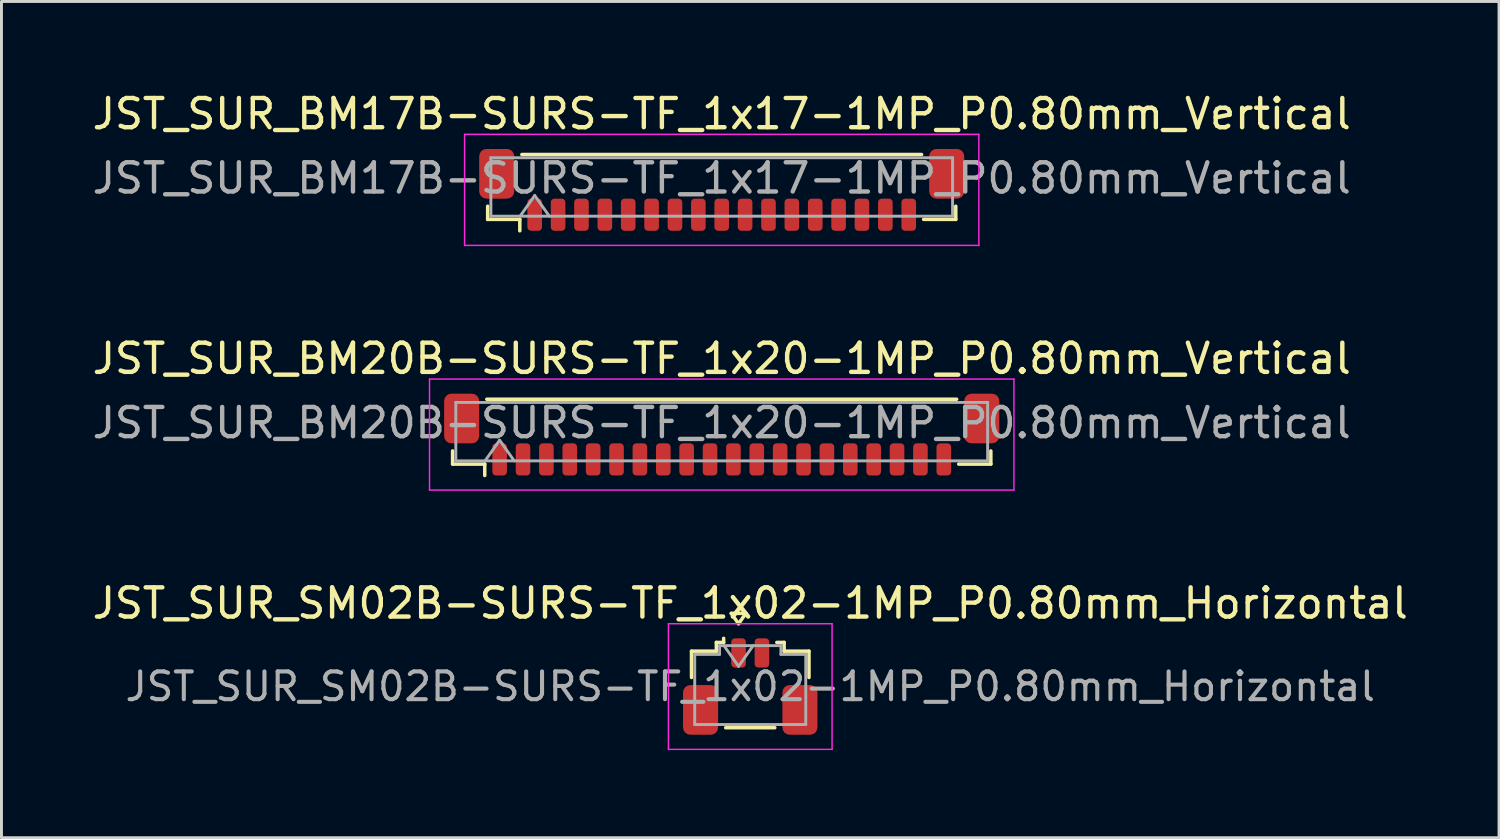
<source format=kicad_pcb>
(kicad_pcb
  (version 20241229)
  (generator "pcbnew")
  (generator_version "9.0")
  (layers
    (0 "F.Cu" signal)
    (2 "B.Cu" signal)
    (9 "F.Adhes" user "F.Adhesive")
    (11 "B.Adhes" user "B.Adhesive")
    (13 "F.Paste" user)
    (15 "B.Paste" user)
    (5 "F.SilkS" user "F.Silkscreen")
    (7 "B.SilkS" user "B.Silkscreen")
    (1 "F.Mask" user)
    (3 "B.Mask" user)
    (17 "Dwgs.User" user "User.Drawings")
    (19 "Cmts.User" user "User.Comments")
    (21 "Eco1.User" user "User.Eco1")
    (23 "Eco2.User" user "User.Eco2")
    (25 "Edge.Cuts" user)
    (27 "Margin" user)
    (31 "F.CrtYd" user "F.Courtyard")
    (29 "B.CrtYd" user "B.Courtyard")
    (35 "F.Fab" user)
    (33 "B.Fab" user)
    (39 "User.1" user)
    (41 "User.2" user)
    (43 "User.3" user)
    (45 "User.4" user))
  (footprint "JST_SUR_SM02B-SURS-TF_1x02-1MP_P0.80mm_Horizontal"
    (layer "F.Cu")
    (at 22.625 20.445)
    (property "Reference" "JST_SUR_SM02B-SURS-TF_1x02-1MP_P0.80mm_Horizontal" (at 0 -2.85 0) (layer "F.SilkS") (effects (font (size 1 1) (thickness 0.15))))
    (attr smd)
    (fp_line (start -2.01 -1.21) (end -1.16 -1.21) (stroke (width 0.12) (type solid)) (layer "F.SilkS"))
    (fp_line (start -2.01 -0.31) (end -2.01 -1.21) (stroke (width 0.12) (type solid)) (layer "F.SilkS"))
    (fp_line (start -1.16 -1.51) (end -0.91 -1.51) (stroke (width 0.12) (type solid)) (layer "F.SilkS"))
    (fp_line (start -1.16 -1.21) (end -1.16 -1.51) (stroke (width 0.12) (type solid)) (layer "F.SilkS"))
    (fp_line (start -0.91 -1.51) (end -0.91 -1.65) (stroke (width 0.12) (type solid)) (layer "F.SilkS"))
    (fp_line (start -0.84 1.41) (end 0.84 1.41) (stroke (width 0.12) (type solid)) (layer "F.SilkS"))
    (fp_line (start -0.65 -2.504) (end -0.4 -2.15) (stroke (width 0.12) (type solid)) (layer "F.SilkS"))
    (fp_line (start -0.4 -2.15) (end -0.15 -2.504) (stroke (width 0.12) (type solid)) (layer "F.SilkS"))
    (fp_line (start -0.15 -2.504) (end -0.65 -2.504) (stroke (width 0.12) (type solid)) (layer "F.SilkS"))
    (fp_line (start 1.16 -1.51) (end 0.91 -1.51) (stroke (width 0.12) (type solid)) (layer "F.SilkS"))
    (fp_line (start 1.16 -1.21) (end 1.16 -1.51) (stroke (width 0.12) (type solid)) (layer "F.SilkS"))
    (fp_line (start 2.01 -1.21) (end 1.16 -1.21) (stroke (width 0.12) (type solid)) (layer "F.SilkS"))
    (fp_line (start 2.01 -0.31) (end 2.01 -1.21) (stroke (width 0.12) (type solid)) (layer "F.SilkS"))
    (fp_line (start -2.8 -2.15) (end -2.8 2.15) (stroke (width 0.05) (type solid)) (layer "F.CrtYd"))
    (fp_line (start -2.8 2.15) (end 2.8 2.15) (stroke (width 0.05) (type solid)) (layer "F.CrtYd"))
    (fp_line (start 2.8 -2.15) (end -2.8 -2.15) (stroke (width 0.05) (type solid)) (layer "F.CrtYd"))
    (fp_line (start 2.8 2.15) (end 2.8 -2.15) (stroke (width 0.05) (type solid)) (layer "F.CrtYd"))
    (fp_line (start -1.9 -1.1) (end -1.9 1.3) (stroke (width 0.1) (type solid)) (layer "F.Fab"))
    (fp_line (start -1.9 -1.1) (end -1.05 -1.1) (stroke (width 0.1) (type solid)) (layer "F.Fab"))
    (fp_line (start -1.9 1.3) (end 1.9 1.3) (stroke (width 0.1) (type solid)) (layer "F.Fab"))
    (fp_line (start -1.05 -1.4) (end 1.05 -1.4) (stroke (width 0.1) (type solid)) (layer "F.Fab"))
    (fp_line (start -1.05 -1.1) (end -1.05 -1.4) (stroke (width 0.1) (type solid)) (layer "F.Fab"))
    (fp_line (start -0.9 -1.4) (end -0.4 -0.693) (stroke (width 0.1) (type solid)) (layer "F.Fab"))
    (fp_line (start -0.4 -0.693) (end 0.1 -1.4) (stroke (width 0.1) (type solid)) (layer "F.Fab"))
    (fp_line (start 1.05 -1.4) (end 1.05 -1.1) (stroke (width 0.1) (type solid)) (layer "F.Fab"))
    (fp_line (start 1.05 -1.1) (end 1.9 -1.1) (stroke (width 0.1) (type solid)) (layer "F.Fab"))
    (fp_line (start 1.9 -1.1) (end 1.9 1.3) (stroke (width 0.1) (type solid)) (layer "F.Fab"))
    (fp_text user "${REFERENCE}" (at 0 0 0) (layer "F.Fab") (effects (font (size 0.95 0.95) (thickness 0.14))))
    (pad "1" smd roundrect (at -0.4 -1.15) (size 0.5 1) (layers "F.Cu" "F.Mask" "F.Paste") (roundrect_rratio 0.25))
    (pad "2" smd roundrect (at 0.4 -1.15) (size 0.5 1) (layers "F.Cu" "F.Mask" "F.Paste") (roundrect_rratio 0.25))
    (pad "MP" smd roundrect (at -1.7 0.8) (size 1.2 1.7) (layers "F.Cu" "F.Mask" "F.Paste") (roundrect_rratio 0.208))
    (pad "MP" smd roundrect (at 1.7 0.8) (size 1.2 1.7) (layers "F.Cu" "F.Mask" "F.Paste") (roundrect_rratio 0.208)))
  (footprint "JST_SUR_BM17B-SURS-TF_1x17-1MP_P0.80mm_Vertical"
    (layer "F.Cu")
    (at 21.649 3.448)
    (property "Reference" "JST_SUR_BM17B-SURS-TF_1x17-1MP_P0.80mm_Vertical" (at 0 -2.6 0) (layer "F.SilkS") (effects (font (size 1 1) (thickness 0.15))))
    (attr smd)
    (fp_line (start -8.01 0.56) (end -8.01 1.01) (stroke (width 0.12) (type solid)) (layer "F.SilkS"))
    (fp_line (start -8.01 1.01) (end -6.91 1.01) (stroke (width 0.12) (type solid)) (layer "F.SilkS"))
    (fp_line (start -6.91 1.01) (end -6.91 1.4) (stroke (width 0.12) (type solid)) (layer "F.SilkS"))
    (fp_line (start -6.84 -1.21) (end 6.84 -1.21) (stroke (width 0.12) (type solid)) (layer "F.SilkS"))
    (fp_line (start 8.01 0.56) (end 8.01 1.01) (stroke (width 0.12) (type solid)) (layer "F.SilkS"))
    (fp_line (start 8.01 1.01) (end 6.91 1.01) (stroke (width 0.12) (type solid)) (layer "F.SilkS"))
    (fp_line (start -8.8 -1.9) (end -8.8 1.9) (stroke (width 0.05) (type solid)) (layer "F.CrtYd"))
    (fp_line (start -8.8 1.9) (end 8.8 1.9) (stroke (width 0.05) (type solid)) (layer "F.CrtYd"))
    (fp_line (start 8.8 -1.9) (end -8.8 -1.9) (stroke (width 0.05) (type solid)) (layer "F.CrtYd"))
    (fp_line (start 8.8 1.9) (end 8.8 -1.9) (stroke (width 0.05) (type solid)) (layer "F.CrtYd"))
    (fp_line (start -7.9 -1.1) (end 7.9 -1.1) (stroke (width 0.1) (type solid)) (layer "F.Fab"))
    (fp_line (start -7.9 0.9) (end -7.9 -1.1) (stroke (width 0.1) (type solid)) (layer "F.Fab"))
    (fp_line (start -7.9 0.9) (end 7.9 0.9) (stroke (width 0.1) (type solid)) (layer "F.Fab"))
    (fp_line (start -6.9 0.9) (end -6.4 0.193) (stroke (width 0.1) (type solid)) (layer "F.Fab"))
    (fp_line (start -6.4 0.193) (end -5.9 0.9) (stroke (width 0.1) (type solid)) (layer "F.Fab"))
    (fp_line (start 7.9 0.9) (end 7.9 -1.1) (stroke (width 0.1) (type solid)) (layer "F.Fab"))
    (fp_text user "${REFERENCE}" (at 0 -0.4 0) (layer "F.Fab") (effects (font (size 1 1) (thickness 0.15))))
    (pad "1" smd roundrect (at -6.4 0.85) (size 0.5 1.1) (layers "F.Cu" "F.Mask" "F.Paste") (roundrect_rratio 0.25))
    (pad "2" smd roundrect (at -5.6 0.85) (size 0.5 1.1) (layers "F.Cu" "F.Mask" "F.Paste") (roundrect_rratio 0.25))
    (pad "3" smd roundrect (at -4.8 0.85) (size 0.5 1.1) (layers "F.Cu" "F.Mask" "F.Paste") (roundrect_rratio 0.25))
    (pad "4" smd roundrect (at -4 0.85) (size 0.5 1.1) (layers "F.Cu" "F.Mask" "F.Paste") (roundrect_rratio 0.25))
    (pad "5" smd roundrect (at -3.2 0.85) (size 0.5 1.1) (layers "F.Cu" "F.Mask" "F.Paste") (roundrect_rratio 0.25))
    (pad "6" smd roundrect (at -2.4 0.85) (size 0.5 1.1) (layers "F.Cu" "F.Mask" "F.Paste") (roundrect_rratio 0.25))
    (pad "7" smd roundrect (at -1.6 0.85) (size 0.5 1.1) (layers "F.Cu" "F.Mask" "F.Paste") (roundrect_rratio 0.25))
    (pad "8" smd roundrect (at -0.8 0.85) (size 0.5 1.1) (layers "F.Cu" "F.Mask" "F.Paste") (roundrect_rratio 0.25))
    (pad "9" smd roundrect (at 0 0.85) (size 0.5 1.1) (layers "F.Cu" "F.Mask" "F.Paste") (roundrect_rratio 0.25))
    (pad "10" smd roundrect (at 0.8 0.85) (size 0.5 1.1) (layers "F.Cu" "F.Mask" "F.Paste") (roundrect_rratio 0.25))
    (pad "11" smd roundrect (at 1.6 0.85) (size 0.5 1.1) (layers "F.Cu" "F.Mask" "F.Paste") (roundrect_rratio 0.25))
    (pad "12" smd roundrect (at 2.4 0.85) (size 0.5 1.1) (layers "F.Cu" "F.Mask" "F.Paste") (roundrect_rratio 0.25))
    (pad "13" smd roundrect (at 3.2 0.85) (size 0.5 1.1) (layers "F.Cu" "F.Mask" "F.Paste") (roundrect_rratio 0.25))
    (pad "14" smd roundrect (at 4 0.85) (size 0.5 1.1) (layers "F.Cu" "F.Mask" "F.Paste") (roundrect_rratio 0.25))
    (pad "15" smd roundrect (at 4.8 0.85) (size 0.5 1.1) (layers "F.Cu" "F.Mask" "F.Paste") (roundrect_rratio 0.25))
    (pad "16" smd roundrect (at 5.6 0.85) (size 0.5 1.1) (layers "F.Cu" "F.Mask" "F.Paste") (roundrect_rratio 0.25))
    (pad "17" smd roundrect (at 6.4 0.85) (size 0.5 1.1) (layers "F.Cu" "F.Mask" "F.Paste") (roundrect_rratio 0.25))
    (pad "MP" smd roundrect (at -7.7 -0.55) (size 1.2 1.7) (layers "F.Cu" "F.Mask" "F.Paste") (roundrect_rratio 0.208))
    (pad "MP" smd roundrect (at 7.7 -0.55) (size 1.2 1.7) (layers "F.Cu" "F.Mask" "F.Paste") (roundrect_rratio 0.208)))
  (footprint "JST_SUR_BM20B-SURS-TF_1x20-1MP_P0.80mm_Vertical"
    (layer "F.Cu")
    (at 21.649 11.822)
    (property "Reference" "JST_SUR_BM20B-SURS-TF_1x20-1MP_P0.80mm_Vertical" (at 0 -2.6 0) (layer "F.SilkS") (effects (font (size 1 1) (thickness 0.15))))
    (attr smd)
    (fp_line (start -9.21 0.56) (end -9.21 1.01) (stroke (width 0.12) (type solid)) (layer "F.SilkS"))
    (fp_line (start -9.21 1.01) (end -8.11 1.01) (stroke (width 0.12) (type solid)) (layer "F.SilkS"))
    (fp_line (start -8.11 1.01) (end -8.11 1.4) (stroke (width 0.12) (type solid)) (layer "F.SilkS"))
    (fp_line (start -8.04 -1.21) (end 8.04 -1.21) (stroke (width 0.12) (type solid)) (layer "F.SilkS"))
    (fp_line (start 9.21 0.56) (end 9.21 1.01) (stroke (width 0.12) (type solid)) (layer "F.SilkS"))
    (fp_line (start 9.21 1.01) (end 8.11 1.01) (stroke (width 0.12) (type solid)) (layer "F.SilkS"))
    (fp_line (start -10 -1.9) (end -10 1.9) (stroke (width 0.05) (type solid)) (layer "F.CrtYd"))
    (fp_line (start -10 1.9) (end 10 1.9) (stroke (width 0.05) (type solid)) (layer "F.CrtYd"))
    (fp_line (start 10 -1.9) (end -10 -1.9) (stroke (width 0.05) (type solid)) (layer "F.CrtYd"))
    (fp_line (start 10 1.9) (end 10 -1.9) (stroke (width 0.05) (type solid)) (layer "F.CrtYd"))
    (fp_line (start -9.1 -1.1) (end 9.1 -1.1) (stroke (width 0.1) (type solid)) (layer "F.Fab"))
    (fp_line (start -9.1 0.9) (end -9.1 -1.1) (stroke (width 0.1) (type solid)) (layer "F.Fab"))
    (fp_line (start -9.1 0.9) (end 9.1 0.9) (stroke (width 0.1) (type solid)) (layer "F.Fab"))
    (fp_line (start -8.1 0.9) (end -7.6 0.193) (stroke (width 0.1) (type solid)) (layer "F.Fab"))
    (fp_line (start -7.6 0.193) (end -7.1 0.9) (stroke (width 0.1) (type solid)) (layer "F.Fab"))
    (fp_line (start 9.1 0.9) (end 9.1 -1.1) (stroke (width 0.1) (type solid)) (layer "F.Fab"))
    (fp_text user "${REFERENCE}" (at 0 -0.4 0) (layer "F.Fab") (effects (font (size 1 1) (thickness 0.15))))
    (pad "1" smd roundrect (at -7.6 0.85) (size 0.5 1.1) (layers "F.Cu" "F.Mask" "F.Paste") (roundrect_rratio 0.25))
    (pad "2" smd roundrect (at -6.8 0.85) (size 0.5 1.1) (layers "F.Cu" "F.Mask" "F.Paste") (roundrect_rratio 0.25))
    (pad "3" smd roundrect (at -6 0.85) (size 0.5 1.1) (layers "F.Cu" "F.Mask" "F.Paste") (roundrect_rratio 0.25))
    (pad "4" smd roundrect (at -5.2 0.85) (size 0.5 1.1) (layers "F.Cu" "F.Mask" "F.Paste") (roundrect_rratio 0.25))
    (pad "5" smd roundrect (at -4.4 0.85) (size 0.5 1.1) (layers "F.Cu" "F.Mask" "F.Paste") (roundrect_rratio 0.25))
    (pad "6" smd roundrect (at -3.6 0.85) (size 0.5 1.1) (layers "F.Cu" "F.Mask" "F.Paste") (roundrect_rratio 0.25))
    (pad "7" smd roundrect (at -2.8 0.85) (size 0.5 1.1) (layers "F.Cu" "F.Mask" "F.Paste") (roundrect_rratio 0.25))
    (pad "8" smd roundrect (at -2 0.85) (size 0.5 1.1) (layers "F.Cu" "F.Mask" "F.Paste") (roundrect_rratio 0.25))
    (pad "9" smd roundrect (at -1.2 0.85) (size 0.5 1.1) (layers "F.Cu" "F.Mask" "F.Paste") (roundrect_rratio 0.25))
    (pad "10" smd roundrect (at -0.4 0.85) (size 0.5 1.1) (layers "F.Cu" "F.Mask" "F.Paste") (roundrect_rratio 0.25))
    (pad "11" smd roundrect (at 0.4 0.85) (size 0.5 1.1) (layers "F.Cu" "F.Mask" "F.Paste") (roundrect_rratio 0.25))
    (pad "12" smd roundrect (at 1.2 0.85) (size 0.5 1.1) (layers "F.Cu" "F.Mask" "F.Paste") (roundrect_rratio 0.25))
    (pad "13" smd roundrect (at 2 0.85) (size 0.5 1.1) (layers "F.Cu" "F.Mask" "F.Paste") (roundrect_rratio 0.25))
    (pad "14" smd roundrect (at 2.8 0.85) (size 0.5 1.1) (layers "F.Cu" "F.Mask" "F.Paste") (roundrect_rratio 0.25))
    (pad "15" smd roundrect (at 3.6 0.85) (size 0.5 1.1) (layers "F.Cu" "F.Mask" "F.Paste") (roundrect_rratio 0.25))
    (pad "16" smd roundrect (at 4.4 0.85) (size 0.5 1.1) (layers "F.Cu" "F.Mask" "F.Paste") (roundrect_rratio 0.25))
    (pad "17" smd roundrect (at 5.2 0.85) (size 0.5 1.1) (layers "F.Cu" "F.Mask" "F.Paste") (roundrect_rratio 0.25))
    (pad "18" smd roundrect (at 6 0.85) (size 0.5 1.1) (layers "F.Cu" "F.Mask" "F.Paste") (roundrect_rratio 0.25))
    (pad "19" smd roundrect (at 6.8 0.85) (size 0.5 1.1) (layers "F.Cu" "F.Mask" "F.Paste") (roundrect_rratio 0.25))
    (pad "20" smd roundrect (at 7.6 0.85) (size 0.5 1.1) (layers "F.Cu" "F.Mask" "F.Paste") (roundrect_rratio 0.25))
    (pad "MP" smd roundrect (at -8.9 -0.55) (size 1.2 1.7) (layers "F.Cu" "F.Mask" "F.Paste") (roundrect_rratio 0.208))
    (pad "MP" smd roundrect (at 8.9 -0.55) (size 1.2 1.7) (layers "F.Cu" "F.Mask" "F.Paste") (roundrect_rratio 0.208)))
  (gr_rect
    (start -3 -3)
    (end 48.25 25.62)
    (stroke (width 0.1) (type default))
    (fill no)
    (layer "Edge.Cuts")))
</source>
